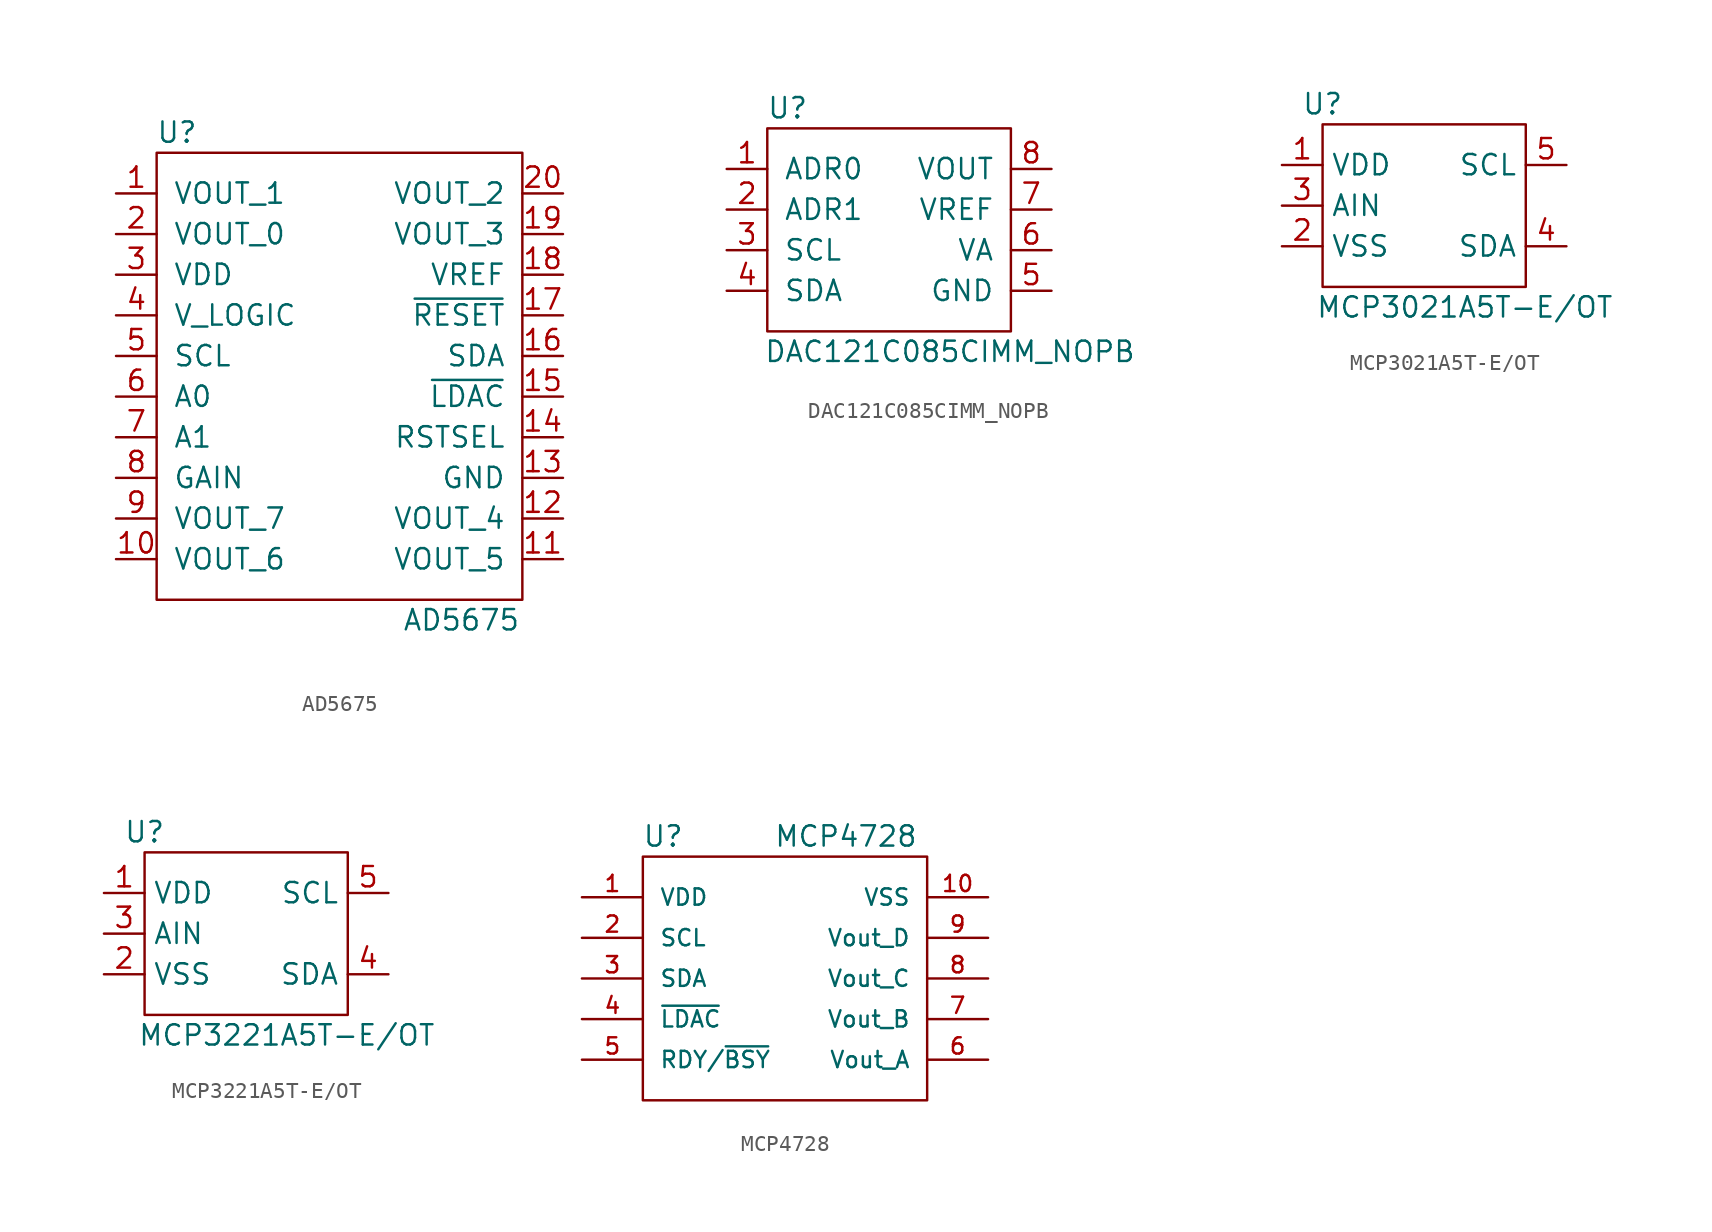
<source format=kicad_sym>
(kicad_symbol_lib
  (version 20220914)
  (generator kicad_symbol_editor)
  (symbol "AD5675"
    (pin_names
      (offset 1.016))
    (property "Reference" "U"
      (at -10.16 11.43 0)
      (effects (font (size 1.27 1.27))))
    (property "Value" "AD5675"
      (at 7.62 -19.05 0)
      (effects (font (size 1.27 1.27))))
    (symbol "AD5675_0_1"
      (rectangle (start -11.43 10.16) (end 11.43 -17.78) (stroke (width 0) (type default)) (fill (type none))))
    (symbol "AD5675_1_1"
      (pin output line (at -13.97 7.62 0) (length 2.54) (name "VOUT_1" (effects (font (size 1.27 1.27)))) (number "1" (effects (font (size 1.27 1.27)))))
      (pin output line (at -13.97 -15.24 0) (length 2.54) (name "VOUT_6" (effects (font (size 1.27 1.27)))) (number "10" (effects (font (size 1.27 1.27)))))
      (pin output line (at 13.97 -15.24 180) (length 2.54) (name "VOUT_5" (effects (font (size 1.27 1.27)))) (number "11" (effects (font (size 1.27 1.27)))))
      (pin output line (at 13.97 -12.7 180) (length 2.54) (name "VOUT_4" (effects (font (size 1.27 1.27)))) (number "12" (effects (font (size 1.27 1.27)))))
      (pin passive line (at 13.97 -10.16 180) (length 2.54) (name "GND" (effects (font (size 1.27 1.27)))) (number "13" (effects (font (size 1.27 1.27)))))
      (pin input line (at 13.97 -7.62 180) (length 2.54) (name "RSTSEL" (effects (font (size 1.27 1.27)))) (number "14" (effects (font (size 1.27 1.27)))))
      (pin input line (at 13.97 -5.08 180) (length 2.54) (name "~{LDAC}" (effects (font (size 1.27 1.27)))) (number "15" (effects (font (size 1.27 1.27)))))
      (pin bidirectional line (at 13.97 -2.54 180) (length 2.54) (name "SDA" (effects (font (size 1.27 1.27)))) (number "16" (effects (font (size 1.27 1.27)))))
      (pin input line (at 13.97 0 180) (length 2.54) (name "~{RESET}" (effects (font (size 1.27 1.27)))) (number "17" (effects (font (size 1.27 1.27)))))
      (pin input line (at 13.97 2.54 180) (length 2.54) (name "VREF" (effects (font (size 1.27 1.27)))) (number "18" (effects (font (size 1.27 1.27)))))
      (pin output line (at 13.97 5.08 180) (length 2.54) (name "VOUT_3" (effects (font (size 1.27 1.27)))) (number "19" (effects (font (size 1.27 1.27)))))
      (pin output line (at -13.97 5.08 0) (length 2.54) (name "VOUT_0" (effects (font (size 1.27 1.27)))) (number "2" (effects (font (size 1.27 1.27)))))
      (pin output line (at 13.97 7.62 180) (length 2.54) (name "VOUT_2" (effects (font (size 1.27 1.27)))) (number "20" (effects (font (size 1.27 1.27)))))
      (pin power_in line (at -13.97 2.54 0) (length 2.54) (name "VDD" (effects (font (size 1.27 1.27)))) (number "3" (effects (font (size 1.27 1.27)))))
      (pin power_in line (at -13.97 0 0) (length 2.54) (name "V_LOGIC" (effects (font (size 1.27 1.27)))) (number "4" (effects (font (size 1.27 1.27)))))
      (pin input line (at -13.97 -2.54 0) (length 2.54) (name "SCL" (effects (font (size 1.27 1.27)))) (number "5" (effects (font (size 1.27 1.27)))))
      (pin input line (at -13.97 -5.08 0) (length 2.54) (name "A0" (effects (font (size 1.27 1.27)))) (number "6" (effects (font (size 1.27 1.27)))))
      (pin input line (at -13.97 -7.62 0) (length 2.54) (name "A1" (effects (font (size 1.27 1.27)))) (number "7" (effects (font (size 1.27 1.27)))))
      (pin input line (at -13.97 -10.16 0) (length 2.54) (name "GAIN" (effects (font (size 1.27 1.27)))) (number "8" (effects (font (size 1.27 1.27)))))
      (pin output line (at -13.97 -12.7 0) (length 2.54) (name "VOUT_7" (effects (font (size 1.27 1.27)))) (number "9" (effects (font (size 1.27 1.27)))))))
  (symbol "DAC121C085CIMM_NOPB"
    (pin_names
      (offset 1.016))
    (property "Reference" "U"
      (at -6.35 7.62 0)
      (effects (font (size 1.27 1.27))))
    (property "Value" "DAC121C085CIMM_NOPB"
      (at 3.81 -7.62 0)
      (effects (font (size 1.27 1.27))))
    (symbol "DAC121C085CIMM_NOPB_0_1"
      (rectangle (start -7.62 6.35) (end 7.62 -6.35) (stroke (width 0) (type default)) (fill (type none))))
    (symbol "DAC121C085CIMM_NOPB_1_1"
      (pin input line (at -10.16 3.81 0) (length 2.54) (name "ADR0" (effects (font (size 1.27 1.27)))) (number "1" (effects (font (size 1.27 1.27)))))
      (pin input line (at -10.16 1.27 0) (length 2.54) (name "ADR1" (effects (font (size 1.27 1.27)))) (number "2" (effects (font (size 1.27 1.27)))))
      (pin bidirectional line (at -10.16 -1.27 0) (length 2.54) (name "SCL" (effects (font (size 1.27 1.27)))) (number "3" (effects (font (size 1.27 1.27)))))
      (pin bidirectional line (at -10.16 -3.81 0) (length 2.54) (name "SDA" (effects (font (size 1.27 1.27)))) (number "4" (effects (font (size 1.27 1.27)))))
      (pin passive line (at 10.16 -3.81 180) (length 2.54) (name "GND" (effects (font (size 1.27 1.27)))) (number "5" (effects (font (size 1.27 1.27)))))
      (pin input line (at 10.16 -1.27 180) (length 2.54) (name "VA" (effects (font (size 1.27 1.27)))) (number "6" (effects (font (size 1.27 1.27)))))
      (pin input line (at 10.16 1.27 180) (length 2.54) (name "VREF" (effects (font (size 1.27 1.27)))) (number "7" (effects (font (size 1.27 1.27)))))
      (pin output line (at 10.16 3.81 180) (length 2.54) (name "VOUT" (effects (font (size 1.27 1.27)))) (number "8" (effects (font (size 1.27 1.27)))))))
  (symbol "MCP3021A5T-E/OT"
    (property "Reference" "U"
      (at -6.35 6.35 0)
      (effects (font (size 1.27 1.27))))
    (property "Value" "MCP3021A5T-E/OT"
      (at 2.54 -6.35 0)
      (effects (font (size 1.27 1.27))))
    (symbol "MCP3021A5T-E/OT_0_1"
      (rectangle (start -6.35 5.08) (end 6.35 -5.08) (stroke (width 0) (type default)) (fill (type none))))
    (symbol "MCP3021A5T-E/OT_1_1"
      (pin power_in line (at -8.89 2.54 0) (length 2.54) (name "VDD" (effects (font (size 1.27 1.27)))) (number "1" (effects (font (size 1.27 1.27)))))
      (pin passive line (at -8.89 -2.54 0) (length 2.54) (name "VSS" (effects (font (size 1.27 1.27)))) (number "2" (effects (font (size 1.27 1.27)))))
      (pin input line (at -8.89 0 0) (length 2.54) (name "AIN" (effects (font (size 1.27 1.27)))) (number "3" (effects (font (size 1.27 1.27)))))
      (pin bidirectional line (at 8.89 -2.54 180) (length 2.54) (name "SDA" (effects (font (size 1.27 1.27)))) (number "4" (effects (font (size 1.27 1.27)))))
      (pin input line (at 8.89 2.54 180) (length 2.54) (name "SCL" (effects (font (size 1.27 1.27)))) (number "5" (effects (font (size 1.27 1.27)))))))
  (symbol "MCP3221A5T-E/OT"
    (property "Reference" "U"
      (at -6.35 6.35 0)
      (effects (font (size 1.27 1.27))))
    (property "Value" "MCP3221A5T-E/OT"
      (at 2.54 -6.35 0)
      (effects (font (size 1.27 1.27))))
    (symbol "MCP3221A5T-E/OT_0_1"
      (rectangle (start -6.35 5.08) (end 6.35 -5.08) (stroke (width 0) (type default)) (fill (type none))))
    (symbol "MCP3221A5T-E/OT_1_1"
      (pin power_in line (at -8.89 2.54 0) (length 2.54) (name "VDD" (effects (font (size 1.27 1.27)))) (number "1" (effects (font (size 1.27 1.27)))))
      (pin passive line (at -8.89 -2.54 0) (length 2.54) (name "VSS" (effects (font (size 1.27 1.27)))) (number "2" (effects (font (size 1.27 1.27)))))
      (pin input line (at -8.89 0 0) (length 2.54) (name "AIN" (effects (font (size 1.27 1.27)))) (number "3" (effects (font (size 1.27 1.27)))))
      (pin bidirectional line (at 8.89 -2.54 180) (length 2.54) (name "SDA" (effects (font (size 1.27 1.27)))) (number "4" (effects (font (size 1.27 1.27)))))
      (pin input line (at 8.89 2.54 180) (length 2.54) (name "SCL" (effects (font (size 1.27 1.27)))) (number "5" (effects (font (size 1.27 1.27)))))))
  (symbol "MCP4728"
    (pin_names
      (offset 1.016))
    (property "Reference" "U"
      (at -7.62 7.62 0)
      (effects (font (size 1.27 1.27))))
    (property "Value" "MCP4728"
      (at 3.81 7.62 0)
      (effects (font (size 1.27 1.27))))
    (symbol "MCP4728_0_1"
      (rectangle (start -8.89 6.35) (end 8.89 -8.89) (stroke (width 0) (type default)) (fill (type none))))
    (symbol "MCP4728_1_1"
      (pin power_in line (at -12.7 3.81 0) (length 3.81) (name "VDD" (effects (font (size 1.016 1.016)))) (number "1" (effects (font (size 1.016 1.016)))))
      (pin passive line (at 12.7 3.81 180) (length 3.81) (name "VSS" (effects (font (size 1.016 1.016)))) (number "10" (effects (font (size 1.016 1.016)))))
      (pin input line (at -12.7 1.27 0) (length 3.81) (name "SCL" (effects (font (size 1.016 1.016)))) (number "2" (effects (font (size 1.016 1.016)))))
      (pin bidirectional line (at -12.7 -1.27 0) (length 3.81) (name "SDA" (effects (font (size 1.016 1.016)))) (number "3" (effects (font (size 1.016 1.016)))))
      (pin input line (at -12.7 -3.81 0) (length 3.81) (name "~{LDAC}" (effects (font (size 1.016 1.016)))) (number "4" (effects (font (size 1.016 1.016)))))
      (pin output line (at -12.7 -6.35 0) (length 3.81) (name "RDY/~{BSY}" (effects (font (size 1.016 1.016)))) (number "5" (effects (font (size 1.016 1.016)))))
      (pin output line (at 12.7 -6.35 180) (length 3.81) (name "Vout_A" (effects (font (size 1.016 1.016)))) (number "6" (effects (font (size 1.016 1.016)))))
      (pin output line (at 12.7 -3.81 180) (length 3.81) (name "Vout_B" (effects (font (size 1.016 1.016)))) (number "7" (effects (font (size 1.016 1.016)))))
      (pin output line (at 12.7 -1.27 180) (length 3.81) (name "Vout_C" (effects (font (size 1.016 1.016)))) (number "8" (effects (font (size 1.016 1.016)))))
      (pin output line (at 12.7 1.27 180) (length 3.81) (name "Vout_D" (effects (font (size 1.016 1.016)))) (number "9" (effects (font (size 1.016 1.016))))))))
</source>
